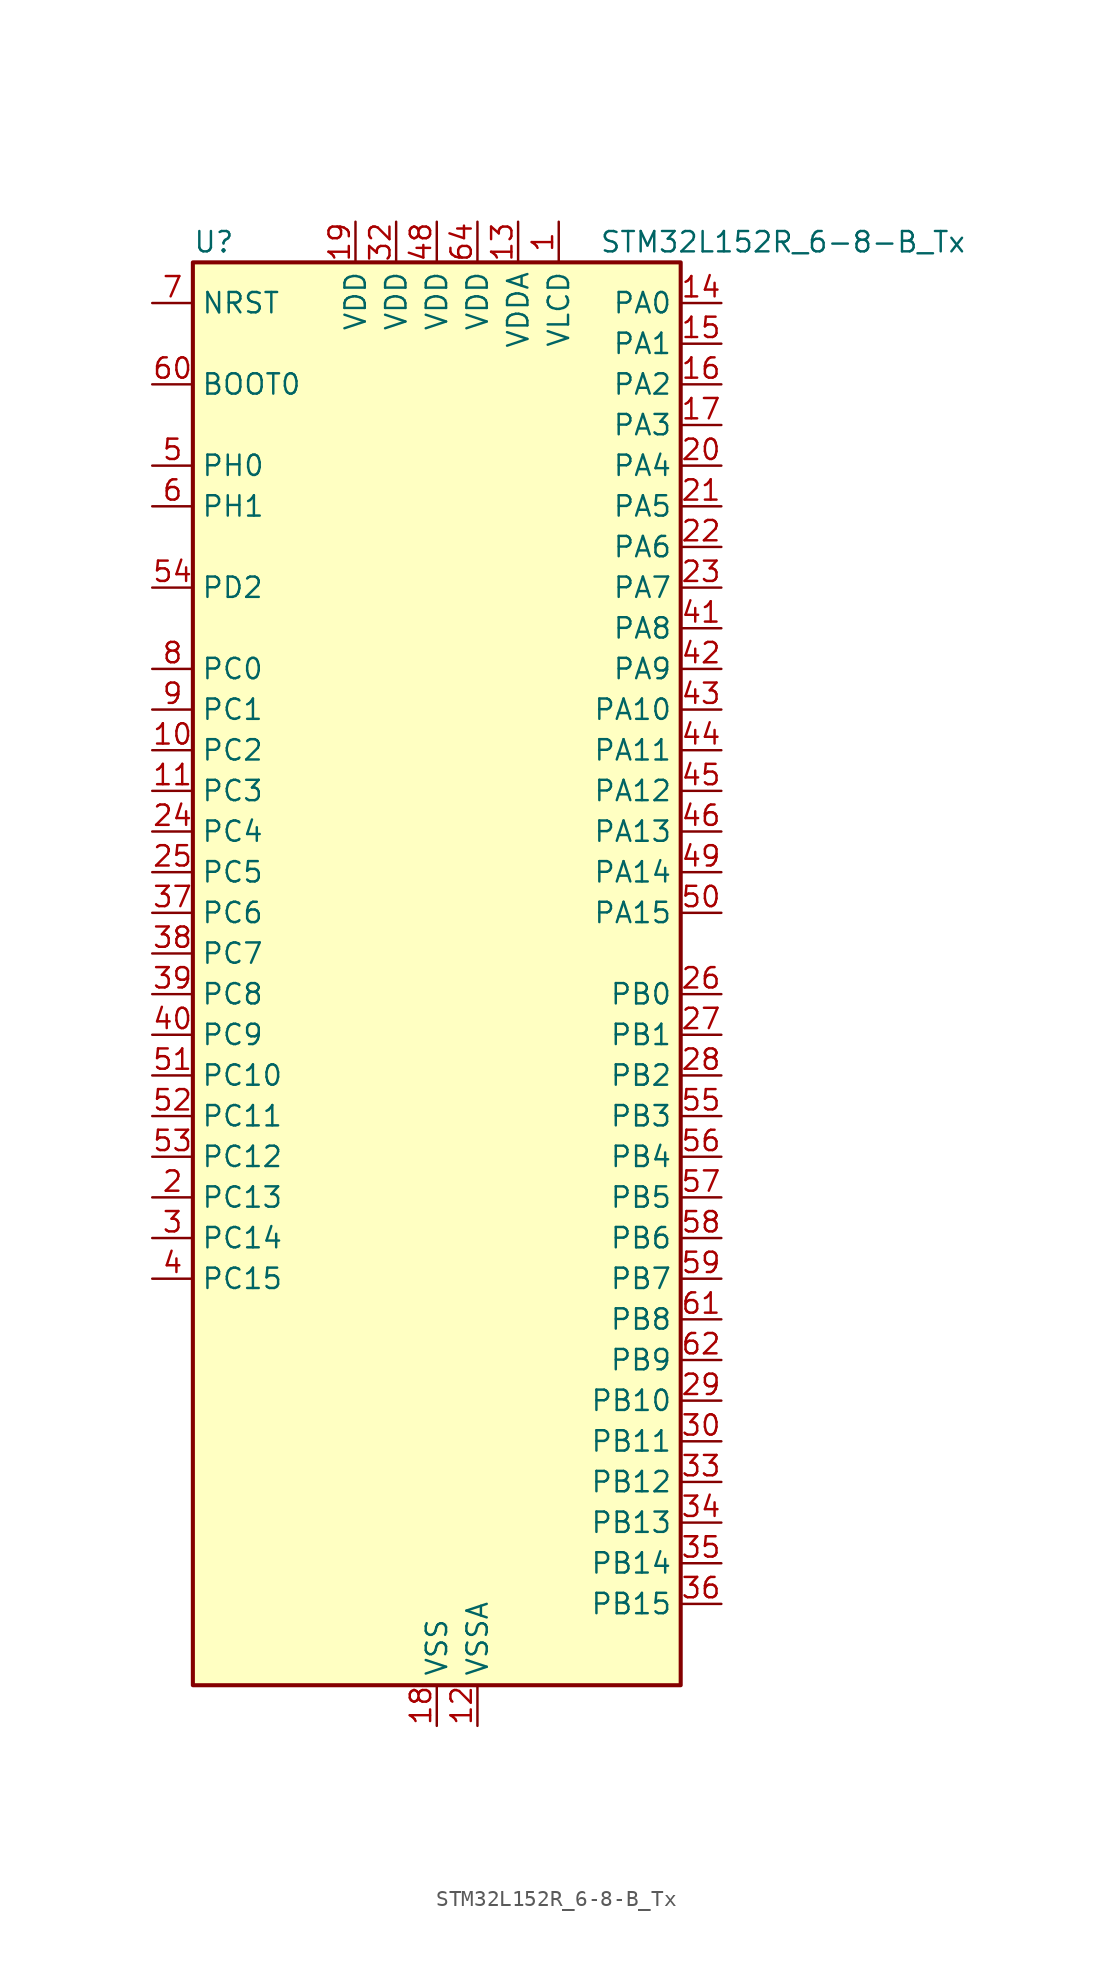
<source format=kicad_sym>
(kicad_symbol_lib
  (version 20231120)
  (generator "kicad_symbol_editor")
  (generator_version "8.0")
  (symbol "STM32L152R_6-8-B_Tx"
    (property "Reference" "U"
      (at -15.24 46.99 0)
      (effects (font (size 1.27 1.27)) (justify left)))
    (property "Value" "STM32L152R_6-8-B_Tx"
      (at 10.16 46.99 0)
      (effects (font (size 1.27 1.27)) (justify left)))
    (property "ki_locked" ""
      (at 0 0 0)
      (effects (font (size 1.27 1.27))))
    (symbol "STM32L152R_6-8-B_Tx_0_1"
      (rectangle (start -15.24 -43.18) (end 15.24 45.72) (stroke (width 0.254) (type default)) (fill (type background))))
    (symbol "STM32L152R_6-8-B_Tx_1_1"
      (pin power_in line (at 7.62 48.26 270) (length 2.54) (name "VLCD" (effects (font (size 1.27 1.27)))) (number "1" (effects (font (size 1.27 1.27)))))
      (pin bidirectional line (at -17.78 15.24 0) (length 2.54) (name "PC2" (effects (font (size 1.27 1.27)))) (number "10" (effects (font (size 1.27 1.27)))) (alternate "ADC_IN12" bidirectional line) (alternate "COMP1_INP" bidirectional line) (alternate "LCD_SEG20" bidirectional line) (alternate "TIMX_IC3" bidirectional line) (alternate "TS_G8_IO3" bidirectional line))
      (pin bidirectional line (at -17.78 12.7 0) (length 2.54) (name "PC3" (effects (font (size 1.27 1.27)))) (number "11" (effects (font (size 1.27 1.27)))) (alternate "ADC_IN13" bidirectional line) (alternate "COMP1_INP" bidirectional line) (alternate "LCD_SEG21" bidirectional line) (alternate "TIMX_IC4" bidirectional line) (alternate "TS_G8_IO4" bidirectional line))
      (pin power_in line (at 2.54 -45.72 90) (length 2.54) (name "VSSA" (effects (font (size 1.27 1.27)))) (number "12" (effects (font (size 1.27 1.27)))))
      (pin power_in line (at 5.08 48.26 270) (length 2.54) (name "VDDA" (effects (font (size 1.27 1.27)))) (number "13" (effects (font (size 1.27 1.27)))))
      (pin bidirectional line (at 17.78 43.18 180) (length 2.54) (name "PA0" (effects (font (size 1.27 1.27)))) (number "14" (effects (font (size 1.27 1.27)))) (alternate "ADC_IN0" bidirectional line) (alternate "COMP1_INP" bidirectional line) (alternate "SYS_WKUP1" bidirectional line) (alternate "TIM2_CH1" bidirectional line) (alternate "TIM2_ETR" bidirectional line) (alternate "TIMX_IC1" bidirectional line) (alternate "TS_G1_IO1" bidirectional line) (alternate "USART2_CTS" bidirectional line))
      (pin bidirectional line (at 17.78 40.64 180) (length 2.54) (name "PA1" (effects (font (size 1.27 1.27)))) (number "15" (effects (font (size 1.27 1.27)))) (alternate "ADC_IN1" bidirectional line) (alternate "COMP1_INP" bidirectional line) (alternate "LCD_SEG0" bidirectional line) (alternate "TIM2_CH2" bidirectional line) (alternate "TIMX_IC2" bidirectional line) (alternate "TS_G1_IO2" bidirectional line) (alternate "USART2_RTS" bidirectional line))
      (pin bidirectional line (at 17.78 38.1 180) (length 2.54) (name "PA2" (effects (font (size 1.27 1.27)))) (number "16" (effects (font (size 1.27 1.27)))) (alternate "ADC_IN2" bidirectional line) (alternate "COMP1_INP" bidirectional line) (alternate "LCD_SEG1" bidirectional line) (alternate "TIM2_CH3" bidirectional line) (alternate "TIM9_CH1" bidirectional line) (alternate "TIMX_IC3" bidirectional line) (alternate "TS_G1_IO3" bidirectional line) (alternate "USART2_TX" bidirectional line))
      (pin bidirectional line (at 17.78 35.56 180) (length 2.54) (name "PA3" (effects (font (size 1.27 1.27)))) (number "17" (effects (font (size 1.27 1.27)))) (alternate "ADC_IN3" bidirectional line) (alternate "COMP1_INP" bidirectional line) (alternate "LCD_SEG2" bidirectional line) (alternate "TIM2_CH4" bidirectional line) (alternate "TIM9_CH2" bidirectional line) (alternate "TIMX_IC4" bidirectional line) (alternate "TS_G1_IO4" bidirectional line) (alternate "USART2_RX" bidirectional line))
      (pin power_in line (at 0 -45.72 90) (length 2.54) (name "VSS" (effects (font (size 1.27 1.27)))) (number "18" (effects (font (size 1.27 1.27)))))
      (pin power_in line (at -5.08 48.26 270) (length 2.54) (name "VDD" (effects (font (size 1.27 1.27)))) (number "19" (effects (font (size 1.27 1.27)))))
      (pin bidirectional line (at -17.78 -12.7 0) (length 2.54) (name "PC13" (effects (font (size 1.27 1.27)))) (number "2" (effects (font (size 1.27 1.27)))) (alternate "RTC_OUT_ALARM" bidirectional line) (alternate "RTC_OUT_CALIB" bidirectional line) (alternate "RTC_TAMP1" bidirectional line) (alternate "RTC_TS" bidirectional line) (alternate "SYS_WKUP2" bidirectional line) (alternate "TIMX_IC2" bidirectional line))
      (pin bidirectional line (at 17.78 33.02 180) (length 2.54) (name "PA4" (effects (font (size 1.27 1.27)))) (number "20" (effects (font (size 1.27 1.27)))) (alternate "ADC_IN4" bidirectional line) (alternate "COMP1_INP" bidirectional line) (alternate "DAC_OUT1" bidirectional line) (alternate "SPI1_NSS" bidirectional line) (alternate "TIMX_IC1" bidirectional line) (alternate "USART2_CK" bidirectional line))
      (pin bidirectional line (at 17.78 30.48 180) (length 2.54) (name "PA5" (effects (font (size 1.27 1.27)))) (number "21" (effects (font (size 1.27 1.27)))) (alternate "ADC_IN5" bidirectional line) (alternate "COMP1_INP" bidirectional line) (alternate "DAC_OUT2" bidirectional line) (alternate "SPI1_SCK" bidirectional line) (alternate "TIM2_CH1" bidirectional line) (alternate "TIM2_ETR" bidirectional line) (alternate "TIMX_IC2" bidirectional line))
      (pin bidirectional line (at 17.78 27.94 180) (length 2.54) (name "PA6" (effects (font (size 1.27 1.27)))) (number "22" (effects (font (size 1.27 1.27)))) (alternate "ADC_IN6" bidirectional line) (alternate "COMP1_INP" bidirectional line) (alternate "LCD_SEG3" bidirectional line) (alternate "SPI1_MISO" bidirectional line) (alternate "TIM10_CH1" bidirectional line) (alternate "TIM3_CH1" bidirectional line) (alternate "TIMX_IC3" bidirectional line) (alternate "TS_G2_IO1" bidirectional line))
      (pin bidirectional line (at 17.78 25.4 180) (length 2.54) (name "PA7" (effects (font (size 1.27 1.27)))) (number "23" (effects (font (size 1.27 1.27)))) (alternate "ADC_IN7" bidirectional line) (alternate "COMP1_INP" bidirectional line) (alternate "LCD_SEG4" bidirectional line) (alternate "SPI1_MOSI" bidirectional line) (alternate "TIM11_CH1" bidirectional line) (alternate "TIM3_CH2" bidirectional line) (alternate "TIMX_IC4" bidirectional line) (alternate "TS_G2_IO2" bidirectional line))
      (pin bidirectional line (at -17.78 10.16 0) (length 2.54) (name "PC4" (effects (font (size 1.27 1.27)))) (number "24" (effects (font (size 1.27 1.27)))) (alternate "ADC_IN14" bidirectional line) (alternate "COMP1_INP" bidirectional line) (alternate "LCD_SEG22" bidirectional line) (alternate "TIMX_IC1" bidirectional line) (alternate "TS_G9_IO1" bidirectional line))
      (pin bidirectional line (at -17.78 7.62 0) (length 2.54) (name "PC5" (effects (font (size 1.27 1.27)))) (number "25" (effects (font (size 1.27 1.27)))) (alternate "ADC_IN15" bidirectional line) (alternate "COMP1_INP" bidirectional line) (alternate "LCD_SEG23" bidirectional line) (alternate "TIMX_IC2" bidirectional line) (alternate "TS_G9_IO2" bidirectional line))
      (pin bidirectional line (at 17.78 0 180) (length 2.54) (name "PB0" (effects (font (size 1.27 1.27)))) (number "26" (effects (font (size 1.27 1.27)))) (alternate "ADC_IN8" bidirectional line) (alternate "COMP1_INP" bidirectional line) (alternate "LCD_SEG5" bidirectional line) (alternate "SYS_V_REF_OUT" bidirectional line) (alternate "TIM3_CH3" bidirectional line) (alternate "TS_G3_IO1" bidirectional line))
      (pin bidirectional line (at 17.78 -2.54 180) (length 2.54) (name "PB1" (effects (font (size 1.27 1.27)))) (number "27" (effects (font (size 1.27 1.27)))) (alternate "ADC_IN9" bidirectional line) (alternate "COMP1_INP" bidirectional line) (alternate "LCD_SEG6" bidirectional line) (alternate "SYS_V_REF_OUT" bidirectional line) (alternate "TIM3_CH4" bidirectional line) (alternate "TS_G3_IO2" bidirectional line))
      (pin bidirectional line (at 17.78 -5.08 180) (length 2.54) (name "PB2" (effects (font (size 1.27 1.27)))) (number "28" (effects (font (size 1.27 1.27)))))
      (pin bidirectional line (at 17.78 -25.4 180) (length 2.54) (name "PB10" (effects (font (size 1.27 1.27)))) (number "29" (effects (font (size 1.27 1.27)))) (alternate "I2C2_SCL" bidirectional line) (alternate "LCD_SEG10" bidirectional line) (alternate "TIM2_CH3" bidirectional line) (alternate "USART3_TX" bidirectional line))
      (pin bidirectional line (at -17.78 -15.24 0) (length 2.54) (name "PC14" (effects (font (size 1.27 1.27)))) (number "3" (effects (font (size 1.27 1.27)))) (alternate "RCC_OSC32_IN" bidirectional line) (alternate "TIMX_IC3" bidirectional line))
      (pin bidirectional line (at 17.78 -27.94 180) (length 2.54) (name "PB11" (effects (font (size 1.27 1.27)))) (number "30" (effects (font (size 1.27 1.27)))) (alternate "ADC_EXTI11" bidirectional line) (alternate "I2C2_SDA" bidirectional line) (alternate "LCD_SEG11" bidirectional line) (alternate "TIM2_CH4" bidirectional line) (alternate "USART3_RX" bidirectional line))
      (pin passive line (at 0 -45.72 90) (length 2.54) hide (name "VSS" (effects (font (size 1.27 1.27)))) (number "31" (effects (font (size 1.27 1.27)))))
      (pin power_in line (at -2.54 48.26 270) (length 2.54) (name "VDD" (effects (font (size 1.27 1.27)))) (number "32" (effects (font (size 1.27 1.27)))))
      (pin bidirectional line (at 17.78 -30.48 180) (length 2.54) (name "PB12" (effects (font (size 1.27 1.27)))) (number "33" (effects (font (size 1.27 1.27)))) (alternate "ADC_IN18" bidirectional line) (alternate "COMP1_INP" bidirectional line) (alternate "I2C2_SMBA" bidirectional line) (alternate "LCD_SEG12" bidirectional line) (alternate "SPI2_NSS" bidirectional line) (alternate "TIM10_CH1" bidirectional line) (alternate "TS_G7_IO1" bidirectional line) (alternate "USART3_CK" bidirectional line))
      (pin bidirectional line (at 17.78 -33.02 180) (length 2.54) (name "PB13" (effects (font (size 1.27 1.27)))) (number "34" (effects (font (size 1.27 1.27)))) (alternate "ADC_IN19" bidirectional line) (alternate "COMP1_INP" bidirectional line) (alternate "LCD_SEG13" bidirectional line) (alternate "SPI2_SCK" bidirectional line) (alternate "TIM9_CH1" bidirectional line) (alternate "TS_G7_IO2" bidirectional line) (alternate "USART3_CTS" bidirectional line))
      (pin bidirectional line (at 17.78 -35.56 180) (length 2.54) (name "PB14" (effects (font (size 1.27 1.27)))) (number "35" (effects (font (size 1.27 1.27)))) (alternate "ADC_IN20" bidirectional line) (alternate "COMP1_INP" bidirectional line) (alternate "LCD_SEG14" bidirectional line) (alternate "SPI2_MISO" bidirectional line) (alternate "TIM9_CH2" bidirectional line) (alternate "TS_G7_IO3" bidirectional line) (alternate "USART3_RTS" bidirectional line))
      (pin bidirectional line (at 17.78 -38.1 180) (length 2.54) (name "PB15" (effects (font (size 1.27 1.27)))) (number "36" (effects (font (size 1.27 1.27)))) (alternate "ADC_EXTI15" bidirectional line) (alternate "ADC_IN21" bidirectional line) (alternate "COMP1_INP" bidirectional line) (alternate "LCD_SEG15" bidirectional line) (alternate "RTC_REFIN" bidirectional line) (alternate "SPI2_MOSI" bidirectional line) (alternate "TIM11_CH1" bidirectional line) (alternate "TS_G7_IO4" bidirectional line))
      (pin bidirectional line (at -17.78 5.08 0) (length 2.54) (name "PC6" (effects (font (size 1.27 1.27)))) (number "37" (effects (font (size 1.27 1.27)))) (alternate "LCD_SEG24" bidirectional line) (alternate "TIM3_CH1" bidirectional line) (alternate "TIMX_IC3" bidirectional line) (alternate "TS_G10_IO1" bidirectional line))
      (pin bidirectional line (at -17.78 2.54 0) (length 2.54) (name "PC7" (effects (font (size 1.27 1.27)))) (number "38" (effects (font (size 1.27 1.27)))) (alternate "LCD_SEG25" bidirectional line) (alternate "TIM3_CH2" bidirectional line) (alternate "TIMX_IC4" bidirectional line) (alternate "TS_G10_IO2" bidirectional line))
      (pin bidirectional line (at -17.78 0 0) (length 2.54) (name "PC8" (effects (font (size 1.27 1.27)))) (number "39" (effects (font (size 1.27 1.27)))) (alternate "LCD_SEG26" bidirectional line) (alternate "TIM3_CH3" bidirectional line) (alternate "TIMX_IC1" bidirectional line) (alternate "TS_G10_IO3" bidirectional line))
      (pin bidirectional line (at -17.78 -17.78 0) (length 2.54) (name "PC15" (effects (font (size 1.27 1.27)))) (number "4" (effects (font (size 1.27 1.27)))) (alternate "ADC_EXTI15" bidirectional line) (alternate "RCC_OSC32_OUT" bidirectional line) (alternate "TIMX_IC4" bidirectional line))
      (pin bidirectional line (at -17.78 -2.54 0) (length 2.54) (name "PC9" (effects (font (size 1.27 1.27)))) (number "40" (effects (font (size 1.27 1.27)))) (alternate "DAC_EXTI9" bidirectional line) (alternate "LCD_SEG27" bidirectional line) (alternate "TIM3_CH4" bidirectional line) (alternate "TIMX_IC2" bidirectional line) (alternate "TS_G10_IO4" bidirectional line))
      (pin bidirectional line (at 17.78 22.86 180) (length 2.54) (name "PA8" (effects (font (size 1.27 1.27)))) (number "41" (effects (font (size 1.27 1.27)))) (alternate "LCD_COM0" bidirectional line) (alternate "RCC_MCO" bidirectional line) (alternate "TIMX_IC1" bidirectional line) (alternate "TS_G4_IO1" bidirectional line) (alternate "USART1_CK" bidirectional line))
      (pin bidirectional line (at 17.78 20.32 180) (length 2.54) (name "PA9" (effects (font (size 1.27 1.27)))) (number "42" (effects (font (size 1.27 1.27)))) (alternate "DAC_EXTI9" bidirectional line) (alternate "LCD_COM1" bidirectional line) (alternate "TIMX_IC2" bidirectional line) (alternate "TS_G4_IO2" bidirectional line) (alternate "USART1_TX" bidirectional line))
      (pin bidirectional line (at 17.78 17.78 180) (length 2.54) (name "PA10" (effects (font (size 1.27 1.27)))) (number "43" (effects (font (size 1.27 1.27)))) (alternate "LCD_COM2" bidirectional line) (alternate "TIMX_IC3" bidirectional line) (alternate "TS_G4_IO3" bidirectional line) (alternate "USART1_RX" bidirectional line))
      (pin bidirectional line (at 17.78 15.24 180) (length 2.54) (name "PA11" (effects (font (size 1.27 1.27)))) (number "44" (effects (font (size 1.27 1.27)))) (alternate "ADC_EXTI11" bidirectional line) (alternate "SPI1_MISO" bidirectional line) (alternate "TIMX_IC4" bidirectional line) (alternate "USART1_CTS" bidirectional line) (alternate "USB_DM" bidirectional line))
      (pin bidirectional line (at 17.78 12.7 180) (length 2.54) (name "PA12" (effects (font (size 1.27 1.27)))) (number "45" (effects (font (size 1.27 1.27)))) (alternate "SPI1_MOSI" bidirectional line) (alternate "TIMX_IC1" bidirectional line) (alternate "USART1_RTS" bidirectional line) (alternate "USB_DP" bidirectional line))
      (pin bidirectional line (at 17.78 10.16 180) (length 2.54) (name "PA13" (effects (font (size 1.27 1.27)))) (number "46" (effects (font (size 1.27 1.27)))) (alternate "SYS_JTMS-SWDIO" bidirectional line) (alternate "TIMX_IC2" bidirectional line) (alternate "TS_G5_IO1" bidirectional line))
      (pin passive line (at 0 -45.72 90) (length 2.54) hide (name "VSS" (effects (font (size 1.27 1.27)))) (number "47" (effects (font (size 1.27 1.27)))))
      (pin power_in line (at 0 48.26 270) (length 2.54) (name "VDD" (effects (font (size 1.27 1.27)))) (number "48" (effects (font (size 1.27 1.27)))))
      (pin bidirectional line (at 17.78 7.62 180) (length 2.54) (name "PA14" (effects (font (size 1.27 1.27)))) (number "49" (effects (font (size 1.27 1.27)))) (alternate "SYS_JTCK-SWCLK" bidirectional line) (alternate "TIMX_IC3" bidirectional line) (alternate "TS_G5_IO2" bidirectional line))
      (pin bidirectional line (at -17.78 33.02 0) (length 2.54) (name "PH0" (effects (font (size 1.27 1.27)))) (number "5" (effects (font (size 1.27 1.27)))) (alternate "RCC_OSC_IN" bidirectional line))
      (pin bidirectional line (at 17.78 5.08 180) (length 2.54) (name "PA15" (effects (font (size 1.27 1.27)))) (number "50" (effects (font (size 1.27 1.27)))) (alternate "ADC_EXTI15" bidirectional line) (alternate "LCD_SEG17" bidirectional line) (alternate "SPI1_NSS" bidirectional line) (alternate "SYS_JTDI" bidirectional line) (alternate "TIM2_CH1" bidirectional line) (alternate "TIM2_ETR" bidirectional line) (alternate "TIMX_IC4" bidirectional line) (alternate "TS_G5_IO3" bidirectional line))
      (pin bidirectional line (at -17.78 -5.08 0) (length 2.54) (name "PC10" (effects (font (size 1.27 1.27)))) (number "51" (effects (font (size 1.27 1.27)))) (alternate "LCD_COM4" bidirectional line) (alternate "LCD_SEG28" bidirectional line) (alternate "TIMX_IC3" bidirectional line) (alternate "USART3_TX" bidirectional line))
      (pin bidirectional line (at -17.78 -7.62 0) (length 2.54) (name "PC11" (effects (font (size 1.27 1.27)))) (number "52" (effects (font (size 1.27 1.27)))) (alternate "ADC_EXTI11" bidirectional line) (alternate "LCD_COM5" bidirectional line) (alternate "LCD_SEG29" bidirectional line) (alternate "TIMX_IC4" bidirectional line) (alternate "USART3_RX" bidirectional line))
      (pin bidirectional line (at -17.78 -10.16 0) (length 2.54) (name "PC12" (effects (font (size 1.27 1.27)))) (number "53" (effects (font (size 1.27 1.27)))) (alternate "LCD_COM6" bidirectional line) (alternate "LCD_SEG30" bidirectional line) (alternate "TIMX_IC1" bidirectional line) (alternate "USART3_CK" bidirectional line))
      (pin bidirectional line (at -17.78 25.4 0) (length 2.54) (name "PD2" (effects (font (size 1.27 1.27)))) (number "54" (effects (font (size 1.27 1.27)))) (alternate "LCD_COM7" bidirectional line) (alternate "LCD_SEG31" bidirectional line) (alternate "TIM3_ETR" bidirectional line) (alternate "TIMX_IC3" bidirectional line))
      (pin bidirectional line (at 17.78 -7.62 180) (length 2.54) (name "PB3" (effects (font (size 1.27 1.27)))) (number "55" (effects (font (size 1.27 1.27)))) (alternate "COMP2_INM" bidirectional line) (alternate "LCD_SEG7" bidirectional line) (alternate "SPI1_SCK" bidirectional line) (alternate "SYS_JTDO-TRACESWO" bidirectional line) (alternate "TIM2_CH2" bidirectional line))
      (pin bidirectional line (at 17.78 -10.16 180) (length 2.54) (name "PB4" (effects (font (size 1.27 1.27)))) (number "56" (effects (font (size 1.27 1.27)))) (alternate "COMP2_INP" bidirectional line) (alternate "LCD_SEG8" bidirectional line) (alternate "SPI1_MISO" bidirectional line) (alternate "SYS_JTRST" bidirectional line) (alternate "TIM3_CH1" bidirectional line) (alternate "TS_G6_IO1" bidirectional line))
      (pin bidirectional line (at 17.78 -12.7 180) (length 2.54) (name "PB5" (effects (font (size 1.27 1.27)))) (number "57" (effects (font (size 1.27 1.27)))) (alternate "COMP2_INP" bidirectional line) (alternate "I2C1_SMBA" bidirectional line) (alternate "LCD_SEG9" bidirectional line) (alternate "SPI1_MOSI" bidirectional line) (alternate "TIM3_CH2" bidirectional line) (alternate "TS_G6_IO2" bidirectional line))
      (pin bidirectional line (at 17.78 -15.24 180) (length 2.54) (name "PB6" (effects (font (size 1.27 1.27)))) (number "58" (effects (font (size 1.27 1.27)))) (alternate "I2C1_SCL" bidirectional line) (alternate "TIM4_CH1" bidirectional line) (alternate "USART1_TX" bidirectional line))
      (pin bidirectional line (at 17.78 -17.78 180) (length 2.54) (name "PB7" (effects (font (size 1.27 1.27)))) (number "59" (effects (font (size 1.27 1.27)))) (alternate "I2C1_SDA" bidirectional line) (alternate "SYS_PVD_IN" bidirectional line) (alternate "TIM4_CH2" bidirectional line) (alternate "USART1_RX" bidirectional line))
      (pin bidirectional line (at -17.78 30.48 0) (length 2.54) (name "PH1" (effects (font (size 1.27 1.27)))) (number "6" (effects (font (size 1.27 1.27)))) (alternate "RCC_OSC_OUT" bidirectional line))
      (pin input line (at -17.78 38.1 0) (length 2.54) (name "BOOT0" (effects (font (size 1.27 1.27)))) (number "60" (effects (font (size 1.27 1.27)))))
      (pin bidirectional line (at 17.78 -20.32 180) (length 2.54) (name "PB8" (effects (font (size 1.27 1.27)))) (number "61" (effects (font (size 1.27 1.27)))) (alternate "I2C1_SCL" bidirectional line) (alternate "LCD_SEG16" bidirectional line) (alternate "TIM10_CH1" bidirectional line) (alternate "TIM4_CH3" bidirectional line))
      (pin bidirectional line (at 17.78 -22.86 180) (length 2.54) (name "PB9" (effects (font (size 1.27 1.27)))) (number "62" (effects (font (size 1.27 1.27)))) (alternate "DAC_EXTI9" bidirectional line) (alternate "I2C1_SDA" bidirectional line) (alternate "LCD_COM3" bidirectional line) (alternate "TIM11_CH1" bidirectional line) (alternate "TIM4_CH4" bidirectional line))
      (pin passive line (at 0 -45.72 90) (length 2.54) hide (name "VSS" (effects (font (size 1.27 1.27)))) (number "63" (effects (font (size 1.27 1.27)))))
      (pin power_in line (at 2.54 48.26 270) (length 2.54) (name "VDD" (effects (font (size 1.27 1.27)))) (number "64" (effects (font (size 1.27 1.27)))))
      (pin input line (at -17.78 43.18 0) (length 2.54) (name "NRST" (effects (font (size 1.27 1.27)))) (number "7" (effects (font (size 1.27 1.27)))))
      (pin bidirectional line (at -17.78 20.32 0) (length 2.54) (name "PC0" (effects (font (size 1.27 1.27)))) (number "8" (effects (font (size 1.27 1.27)))) (alternate "ADC_IN10" bidirectional line) (alternate "COMP1_INP" bidirectional line) (alternate "LCD_SEG18" bidirectional line) (alternate "TIMX_IC1" bidirectional line) (alternate "TS_G8_IO1" bidirectional line))
      (pin bidirectional line (at -17.78 17.78 0) (length 2.54) (name "PC1" (effects (font (size 1.27 1.27)))) (number "9" (effects (font (size 1.27 1.27)))) (alternate "ADC_IN11" bidirectional line) (alternate "COMP1_INP" bidirectional line) (alternate "LCD_SEG19" bidirectional line) (alternate "TIMX_IC2" bidirectional line) (alternate "TS_G8_IO2" bidirectional line)))))
</source>
